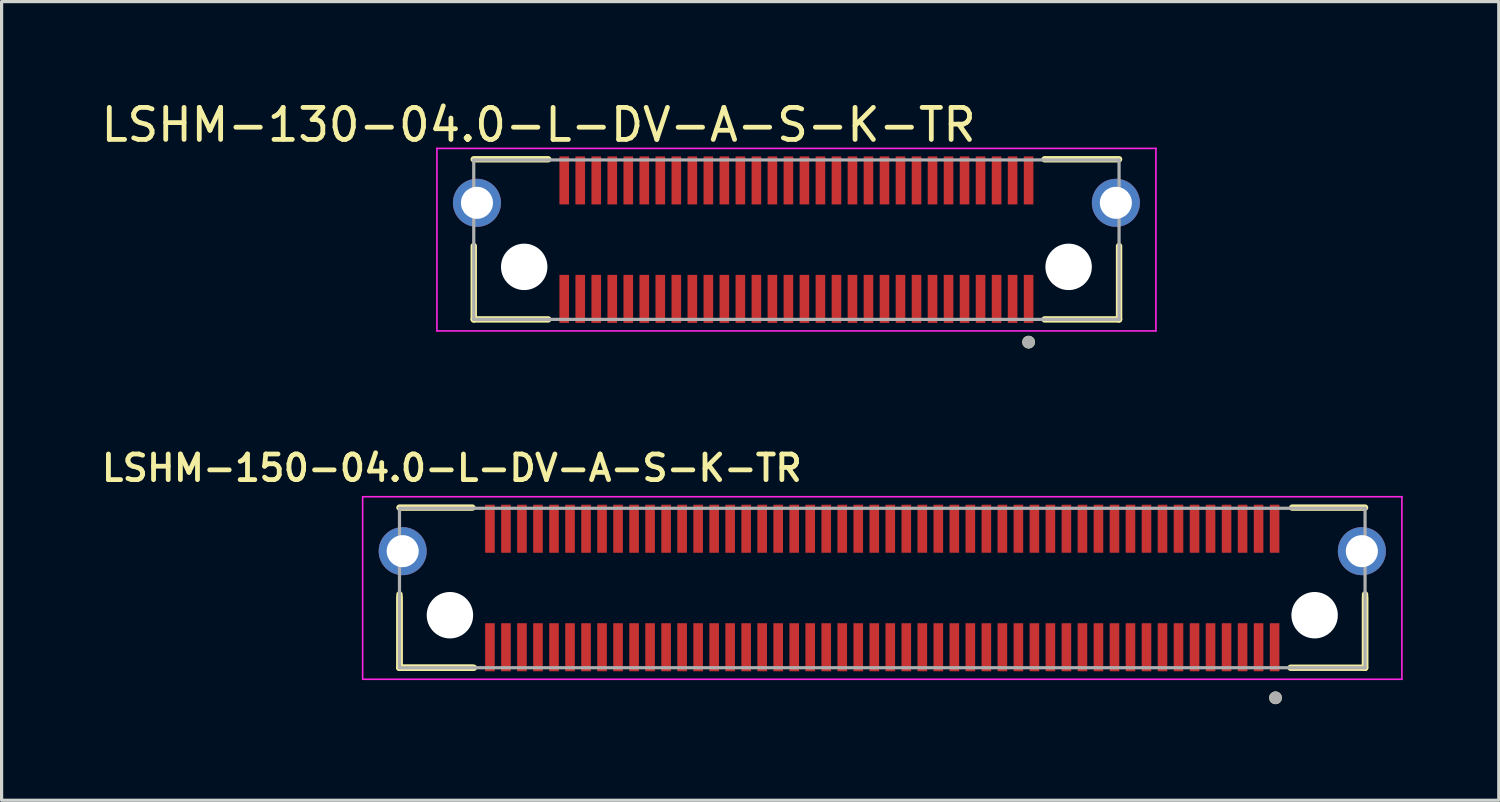
<source format=kicad_pcb>
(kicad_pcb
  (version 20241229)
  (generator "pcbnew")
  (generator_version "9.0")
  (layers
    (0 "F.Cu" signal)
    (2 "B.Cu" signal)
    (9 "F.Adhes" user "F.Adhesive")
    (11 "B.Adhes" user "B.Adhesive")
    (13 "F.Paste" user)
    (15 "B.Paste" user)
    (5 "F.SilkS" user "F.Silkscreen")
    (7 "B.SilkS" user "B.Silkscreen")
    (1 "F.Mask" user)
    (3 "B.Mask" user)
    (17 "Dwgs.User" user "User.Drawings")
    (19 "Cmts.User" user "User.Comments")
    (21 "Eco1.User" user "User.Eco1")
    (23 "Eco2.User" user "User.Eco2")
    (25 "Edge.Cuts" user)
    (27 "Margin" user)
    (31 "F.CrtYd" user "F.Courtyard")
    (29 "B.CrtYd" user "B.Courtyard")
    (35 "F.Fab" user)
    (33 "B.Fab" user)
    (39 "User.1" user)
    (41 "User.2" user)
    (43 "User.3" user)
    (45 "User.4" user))
  (footprint "LSHM-130-04.0-L-DV-A-S-K-TR"
    (layer "F.Cu")
    (at 21.818 4.433)
    (property "Reference" "LSHM-130-04.0-L-DV-A-S-K-TR" (at -8.05 -3.585 0) (layer "F.SilkS") (effects (font (size 1 1) (thickness 0.15))))
    (attr smd)
    (fp_line (start -10.075 2.49) (end -10.075 0.2) (stroke (width 0.2) (type solid)) (layer "F.SilkS"))
    (fp_line (start -10.075 2.49) (end -7.75 2.49) (stroke (width 0.2) (type solid)) (layer "F.SilkS"))
    (fp_line (start -7.75 -2.51) (end -10.075 -2.51) (stroke (width 0.2) (type solid)) (layer "F.SilkS"))
    (fp_line (start 7.75 2.49) (end 10.075 2.49) (stroke (width 0.2) (type solid)) (layer "F.SilkS"))
    (fp_line (start 10.075 -2.51) (end 7.75 -2.51) (stroke (width 0.2) (type solid)) (layer "F.SilkS"))
    (fp_line (start 10.075 2.49) (end 10.075 0.2) (stroke (width 0.2) (type solid)) (layer "F.SilkS"))
    (fp_circle (center 7.25 3.2) (end 7.35 3.2) (stroke (width 0.2) (type solid)) (fill no) (layer "F.SilkS"))
    (fp_circle (center -9.975 -1.15) (end -9.475 -1.15) (stroke (width 1) (type solid)) (fill no) (layer "F.Paste"))
    (fp_circle (center 9.975 -1.15) (end 10.475 -1.15) (stroke (width 1) (type solid)) (fill no) (layer "F.Paste"))
    (fp_line (start -11.225 -2.85) (end 11.225 -2.85) (stroke (width 0.05) (type solid)) (layer "F.CrtYd"))
    (fp_line (start -11.225 2.85) (end -11.225 -2.85) (stroke (width 0.05) (type solid)) (layer "F.CrtYd"))
    (fp_line (start 11.225 -2.85) (end 11.225 2.85) (stroke (width 0.05) (type solid)) (layer "F.CrtYd"))
    (fp_line (start 11.225 2.85) (end -11.225 2.85) (stroke (width 0.05) (type solid)) (layer "F.CrtYd"))
    (fp_line (start -10.075 -2.49) (end 10.075 -2.49) (stroke (width 0.1) (type solid)) (layer "F.Fab"))
    (fp_line (start -10.075 2.49) (end -10.075 -2.49) (stroke (width 0.1) (type solid)) (layer "F.Fab"))
    (fp_line (start 10.075 -2.49) (end 10.075 2.49) (stroke (width 0.1) (type solid)) (layer "F.Fab"))
    (fp_line (start 10.075 2.49) (end -10.075 2.49) (stroke (width 0.1) (type solid)) (layer "F.Fab"))
    (fp_circle (center 7.25 3.2) (end 7.35 3.2) (stroke (width 0.2) (type solid)) (fill no) (layer "F.Fab"))
    (pad "" np_thru_hole circle (at -8.5 0.85) (size 1.45 1.45) (drill 1.45) (layers "*.Cu" "*.Mask"))
    (pad "" np_thru_hole circle (at 8.5 0.85) (size 1.45 1.45) (drill 1.45) (layers "*.Cu" "*.Mask"))
    (pad "01" smd rect (at 7.25 1.85) (size 0.3 1.5) (layers "F.Cu" "F.Mask" "F.Paste"))
    (pad "02" smd rect (at 7.25 -1.85) (size 0.3 1.5) (layers "F.Cu" "F.Mask" "F.Paste"))
    (pad "03" smd rect (at 6.75 1.85) (size 0.3 1.5) (layers "F.Cu" "F.Mask" "F.Paste"))
    (pad "04" smd rect (at 6.75 -1.85) (size 0.3 1.5) (layers "F.Cu" "F.Mask" "F.Paste"))
    (pad "05" smd rect (at 6.25 1.85) (size 0.3 1.5) (layers "F.Cu" "F.Mask" "F.Paste"))
    (pad "06" smd rect (at 6.25 -1.85) (size 0.3 1.5) (layers "F.Cu" "F.Mask" "F.Paste"))
    (pad "07" smd rect (at 5.75 1.85) (size 0.3 1.5) (layers "F.Cu" "F.Mask" "F.Paste"))
    (pad "08" smd rect (at 5.75 -1.85) (size 0.3 1.5) (layers "F.Cu" "F.Mask" "F.Paste"))
    (pad "09" smd rect (at 5.25 1.85) (size 0.3 1.5) (layers "F.Cu" "F.Mask" "F.Paste"))
    (pad "10" smd rect (at 5.25 -1.85) (size 0.3 1.5) (layers "F.Cu" "F.Mask" "F.Paste"))
    (pad "11" smd rect (at 4.75 1.85) (size 0.3 1.5) (layers "F.Cu" "F.Mask" "F.Paste"))
    (pad "12" smd rect (at 4.75 -1.85) (size 0.3 1.5) (layers "F.Cu" "F.Mask" "F.Paste"))
    (pad "13" smd rect (at 4.25 1.85) (size 0.3 1.5) (layers "F.Cu" "F.Mask" "F.Paste"))
    (pad "14" smd rect (at 4.25 -1.85) (size 0.3 1.5) (layers "F.Cu" "F.Mask" "F.Paste"))
    (pad "15" smd rect (at 3.75 1.85) (size 0.3 1.5) (layers "F.Cu" "F.Mask" "F.Paste"))
    (pad "16" smd rect (at 3.75 -1.85) (size 0.3 1.5) (layers "F.Cu" "F.Mask" "F.Paste"))
    (pad "17" smd rect (at 3.25 1.85) (size 0.3 1.5) (layers "F.Cu" "F.Mask" "F.Paste"))
    (pad "18" smd rect (at 3.25 -1.85) (size 0.3 1.5) (layers "F.Cu" "F.Mask" "F.Paste"))
    (pad "19" smd rect (at 2.75 1.85) (size 0.3 1.5) (layers "F.Cu" "F.Mask" "F.Paste"))
    (pad "20" smd rect (at 2.75 -1.85) (size 0.3 1.5) (layers "F.Cu" "F.Mask" "F.Paste"))
    (pad "21" smd rect (at 2.25 1.85) (size 0.3 1.5) (layers "F.Cu" "F.Mask" "F.Paste"))
    (pad "22" smd rect (at 2.25 -1.85) (size 0.3 1.5) (layers "F.Cu" "F.Mask" "F.Paste"))
    (pad "23" smd rect (at 1.75 1.85) (size 0.3 1.5) (layers "F.Cu" "F.Mask" "F.Paste"))
    (pad "24" smd rect (at 1.75 -1.85) (size 0.3 1.5) (layers "F.Cu" "F.Mask" "F.Paste"))
    (pad "25" smd rect (at 1.25 1.85) (size 0.3 1.5) (layers "F.Cu" "F.Mask" "F.Paste"))
    (pad "26" smd rect (at 1.25 -1.85) (size 0.3 1.5) (layers "F.Cu" "F.Mask" "F.Paste"))
    (pad "27" smd rect (at 0.75 1.85) (size 0.3 1.5) (layers "F.Cu" "F.Mask" "F.Paste"))
    (pad "28" smd rect (at 0.75 -1.85) (size 0.3 1.5) (layers "F.Cu" "F.Mask" "F.Paste"))
    (pad "29" smd rect (at 0.25 1.85) (size 0.3 1.5) (layers "F.Cu" "F.Mask" "F.Paste"))
    (pad "30" smd rect (at 0.25 -1.85) (size 0.3 1.5) (layers "F.Cu" "F.Mask" "F.Paste"))
    (pad "31" smd rect (at -0.25 1.85) (size 0.3 1.5) (layers "F.Cu" "F.Mask" "F.Paste"))
    (pad "32" smd rect (at -0.25 -1.85) (size 0.3 1.5) (layers "F.Cu" "F.Mask" "F.Paste"))
    (pad "33" smd rect (at -0.75 1.85) (size 0.3 1.5) (layers "F.Cu" "F.Mask" "F.Paste"))
    (pad "34" smd rect (at -0.75 -1.85) (size 0.3 1.5) (layers "F.Cu" "F.Mask" "F.Paste"))
    (pad "35" smd rect (at -1.25 1.85) (size 0.3 1.5) (layers "F.Cu" "F.Mask" "F.Paste"))
    (pad "36" smd rect (at -1.25 -1.85) (size 0.3 1.5) (layers "F.Cu" "F.Mask" "F.Paste"))
    (pad "37" smd rect (at -1.75 1.85) (size 0.3 1.5) (layers "F.Cu" "F.Mask" "F.Paste"))
    (pad "38" smd rect (at -1.75 -1.85) (size 0.3 1.5) (layers "F.Cu" "F.Mask" "F.Paste"))
    (pad "39" smd rect (at -2.25 1.85) (size 0.3 1.5) (layers "F.Cu" "F.Mask" "F.Paste"))
    (pad "40" smd rect (at -2.25 -1.85) (size 0.3 1.5) (layers "F.Cu" "F.Mask" "F.Paste"))
    (pad "41" smd rect (at -2.75 1.85) (size 0.3 1.5) (layers "F.Cu" "F.Mask" "F.Paste"))
    (pad "42" smd rect (at -2.75 -1.85) (size 0.3 1.5) (layers "F.Cu" "F.Mask" "F.Paste"))
    (pad "43" smd rect (at -3.25 1.85) (size 0.3 1.5) (layers "F.Cu" "F.Mask" "F.Paste"))
    (pad "44" smd rect (at -3.25 -1.85) (size 0.3 1.5) (layers "F.Cu" "F.Mask" "F.Paste"))
    (pad "45" smd rect (at -3.75 1.85) (size 0.3 1.5) (layers "F.Cu" "F.Mask" "F.Paste"))
    (pad "46" smd rect (at -3.75 -1.85) (size 0.3 1.5) (layers "F.Cu" "F.Mask" "F.Paste"))
    (pad "47" smd rect (at -4.25 1.85) (size 0.3 1.5) (layers "F.Cu" "F.Mask" "F.Paste"))
    (pad "48" smd rect (at -4.25 -1.85) (size 0.3 1.5) (layers "F.Cu" "F.Mask" "F.Paste"))
    (pad "49" smd rect (at -4.75 1.85) (size 0.3 1.5) (layers "F.Cu" "F.Mask" "F.Paste"))
    (pad "50" smd rect (at -4.75 -1.85) (size 0.3 1.5) (layers "F.Cu" "F.Mask" "F.Paste"))
    (pad "51" smd rect (at -5.25 1.85) (size 0.3 1.5) (layers "F.Cu" "F.Mask" "F.Paste"))
    (pad "52" smd rect (at -5.25 -1.85) (size 0.3 1.5) (layers "F.Cu" "F.Mask" "F.Paste"))
    (pad "53" smd rect (at -5.75 1.85) (size 0.3 1.5) (layers "F.Cu" "F.Mask" "F.Paste"))
    (pad "54" smd rect (at -5.75 -1.85) (size 0.3 1.5) (layers "F.Cu" "F.Mask" "F.Paste"))
    (pad "55" smd rect (at -6.25 1.85) (size 0.3 1.5) (layers "F.Cu" "F.Mask" "F.Paste"))
    (pad "56" smd rect (at -6.25 -1.85) (size 0.3 1.5) (layers "F.Cu" "F.Mask" "F.Paste"))
    (pad "57" smd rect (at -6.75 1.85) (size 0.3 1.5) (layers "F.Cu" "F.Mask" "F.Paste"))
    (pad "58" smd rect (at -6.75 -1.85) (size 0.3 1.5) (layers "F.Cu" "F.Mask" "F.Paste"))
    (pad "59" smd rect (at -7.25 1.85) (size 0.3 1.5) (layers "F.Cu" "F.Mask" "F.Paste"))
    (pad "60" smd rect (at -7.25 -1.85) (size 0.3 1.5) (layers "F.Cu" "F.Mask" "F.Paste"))
    (pad "S1" thru_hole circle (at -9.975 -1.15) (size 1.5 1.5) (drill 1) (layers "*.Cu" "*.Mask"))
    (pad "S2" thru_hole circle (at 9.975 -1.15) (size 1.5 1.5) (drill 1) (layers "*.Cu" "*.Mask")))
  (footprint "LSHM-150-04.0-L-DV-A-S-K-TR"
    (layer "F.Cu")
    (at 24.499 15.31)
    (property "Reference" "LSHM-150-04.0-L-DV-A-S-K-TR" (at -13.44 -3.746 0) (layer "F.SilkS") (effects (font (size 0.8 0.8) (thickness 0.15))))
    (attr smd)
    (fp_line (start -15.075 0.3) (end -15.075 2.49) (stroke (width 0.2) (type solid)) (layer "F.SilkS"))
    (fp_line (start -15.075 2.49) (end -15.075 0.2) (stroke (width 0.2) (type solid)) (layer "F.SilkS"))
    (fp_line (start -15.075 2.49) (end -12.8 2.49) (stroke (width 0.2) (type solid)) (layer "F.SilkS"))
    (fp_line (start -15.075 2.49) (end -12.75 2.49) (stroke (width 0.2) (type solid)) (layer "F.SilkS"))
    (fp_line (start -12.8 -2.51) (end -15.075 -2.51) (stroke (width 0.2) (type solid)) (layer "F.SilkS"))
    (fp_line (start 12.75 2.49) (end 15.075 2.49) (stroke (width 0.2) (type solid)) (layer "F.SilkS"))
    (fp_line (start 12.8 -2.51) (end 15.075 -2.51) (stroke (width 0.2) (type solid)) (layer "F.SilkS"))
    (fp_line (start 15.075 0.3) (end 15.075 2.49) (stroke (width 0.2) (type solid)) (layer "F.SilkS"))
    (fp_line (start 15.075 2.49) (end 15.075 0.2) (stroke (width 0.2) (type solid)) (layer "F.SilkS"))
    (fp_circle (center 12.279 3.429) (end 12.379 3.429) (stroke (width 0.2) (type solid)) (fill no) (layer "F.SilkS"))
    (fp_circle (center -14.975 -1.15) (end -14.475 -1.15) (stroke (width 1) (type solid)) (fill no) (layer "F.Paste"))
    (fp_circle (center 14.975 -1.15) (end 15.475 -1.15) (stroke (width 1) (type solid)) (fill no) (layer "F.Paste"))
    (fp_line (start -16.225 -2.85) (end -16.225 2.85) (stroke (width 0.05) (type solid)) (layer "F.CrtYd"))
    (fp_line (start -16.225 2.85) (end 16.225 2.85) (stroke (width 0.05) (type solid)) (layer "F.CrtYd"))
    (fp_line (start 16.225 -2.85) (end -16.225 -2.85) (stroke (width 0.05) (type solid)) (layer "F.CrtYd"))
    (fp_line (start 16.225 2.85) (end 16.225 -2.85) (stroke (width 0.05) (type solid)) (layer "F.CrtYd"))
    (fp_line (start -15.075 -2.49) (end -15.075 2.49) (stroke (width 0.1) (type solid)) (layer "F.Fab"))
    (fp_line (start -15.075 2.49) (end 15.075 2.49) (stroke (width 0.1) (type solid)) (layer "F.Fab"))
    (fp_line (start 15.075 -2.49) (end -15.075 -2.49) (stroke (width 0.1) (type solid)) (layer "F.Fab"))
    (fp_line (start 15.075 2.49) (end 15.075 -2.49) (stroke (width 0.1) (type solid)) (layer "F.Fab"))
    (fp_circle (center 12.279 3.429) (end 12.379 3.429) (stroke (width 0.2) (type solid)) (fill no) (layer "F.Fab"))
    (pad "" np_thru_hole circle (at -13.5 0.85) (size 1.45 1.45) (drill 1.45) (layers "*.Cu" "*.Mask"))
    (pad "" np_thru_hole circle (at 13.5 0.85) (size 1.45 1.45) (drill 1.45) (layers "*.Cu" "*.Mask"))
    (pad "1" smd rect (at 12.25 1.85) (size 0.3 1.5) (layers "F.Cu" "F.Mask" "F.Paste"))
    (pad "2" smd rect (at 12.25 -1.85) (size 0.3 1.5) (layers "F.Cu" "F.Mask" "F.Paste"))
    (pad "3" smd rect (at 11.75 1.85) (size 0.3 1.5) (layers "F.Cu" "F.Mask" "F.Paste"))
    (pad "4" smd rect (at 11.75 -1.85) (size 0.3 1.5) (layers "F.Cu" "F.Mask" "F.Paste"))
    (pad "5" smd rect (at 11.25 1.85) (size 0.3 1.5) (layers "F.Cu" "F.Mask" "F.Paste"))
    (pad "6" smd rect (at 11.25 -1.85) (size 0.3 1.5) (layers "F.Cu" "F.Mask" "F.Paste"))
    (pad "7" smd rect (at 10.75 1.85) (size 0.3 1.5) (layers "F.Cu" "F.Mask" "F.Paste"))
    (pad "8" smd rect (at 10.75 -1.85) (size 0.3 1.5) (layers "F.Cu" "F.Mask" "F.Paste"))
    (pad "9" smd rect (at 10.25 1.85) (size 0.3 1.5) (layers "F.Cu" "F.Mask" "F.Paste"))
    (pad "10" smd rect (at 10.25 -1.85) (size 0.3 1.5) (layers "F.Cu" "F.Mask" "F.Paste"))
    (pad "11" smd rect (at 9.75 1.85) (size 0.3 1.5) (layers "F.Cu" "F.Mask" "F.Paste"))
    (pad "12" smd rect (at 9.75 -1.85) (size 0.3 1.5) (layers "F.Cu" "F.Mask" "F.Paste"))
    (pad "13" smd rect (at 9.25 1.85) (size 0.3 1.5) (layers "F.Cu" "F.Mask" "F.Paste"))
    (pad "14" smd rect (at 9.25 -1.85) (size 0.3 1.5) (layers "F.Cu" "F.Mask" "F.Paste"))
    (pad "15" smd rect (at 8.75 1.85) (size 0.3 1.5) (layers "F.Cu" "F.Mask" "F.Paste"))
    (pad "16" smd rect (at 8.75 -1.85) (size 0.3 1.5) (layers "F.Cu" "F.Mask" "F.Paste"))
    (pad "17" smd rect (at 8.25 1.85) (size 0.3 1.5) (layers "F.Cu" "F.Mask" "F.Paste"))
    (pad "18" smd rect (at 8.25 -1.85) (size 0.3 1.5) (layers "F.Cu" "F.Mask" "F.Paste"))
    (pad "19" smd rect (at 7.75 1.85) (size 0.3 1.5) (layers "F.Cu" "F.Mask" "F.Paste"))
    (pad "20" smd rect (at 7.75 -1.85) (size 0.3 1.5) (layers "F.Cu" "F.Mask" "F.Paste"))
    (pad "21" smd rect (at 7.25 1.85) (size 0.3 1.5) (layers "F.Cu" "F.Mask" "F.Paste"))
    (pad "22" smd rect (at 7.25 -1.85) (size 0.3 1.5) (layers "F.Cu" "F.Mask" "F.Paste"))
    (pad "23" smd rect (at 6.75 1.85) (size 0.3 1.5) (layers "F.Cu" "F.Mask" "F.Paste"))
    (pad "24" smd rect (at 6.75 -1.85) (size 0.3 1.5) (layers "F.Cu" "F.Mask" "F.Paste"))
    (pad "25" smd rect (at 6.25 1.85) (size 0.3 1.5) (layers "F.Cu" "F.Mask" "F.Paste"))
    (pad "26" smd rect (at 6.25 -1.85) (size 0.3 1.5) (layers "F.Cu" "F.Mask" "F.Paste"))
    (pad "27" smd rect (at 5.75 1.85) (size 0.3 1.5) (layers "F.Cu" "F.Mask" "F.Paste"))
    (pad "28" smd rect (at 5.75 -1.85) (size 0.3 1.5) (layers "F.Cu" "F.Mask" "F.Paste"))
    (pad "29" smd rect (at 5.25 1.85) (size 0.3 1.5) (layers "F.Cu" "F.Mask" "F.Paste"))
    (pad "30" smd rect (at 5.25 -1.85) (size 0.3 1.5) (layers "F.Cu" "F.Mask" "F.Paste"))
    (pad "31" smd rect (at 4.75 1.85) (size 0.3 1.5) (layers "F.Cu" "F.Mask" "F.Paste"))
    (pad "32" smd rect (at 4.75 -1.85) (size 0.3 1.5) (layers "F.Cu" "F.Mask" "F.Paste"))
    (pad "33" smd rect (at 4.25 1.85) (size 0.3 1.5) (layers "F.Cu" "F.Mask" "F.Paste"))
    (pad "34" smd rect (at 4.25 -1.85) (size 0.3 1.5) (layers "F.Cu" "F.Mask" "F.Paste"))
    (pad "35" smd rect (at 3.75 1.85) (size 0.3 1.5) (layers "F.Cu" "F.Mask" "F.Paste"))
    (pad "36" smd rect (at 3.75 -1.85) (size 0.3 1.5) (layers "F.Cu" "F.Mask" "F.Paste"))
    (pad "37" smd rect (at 3.25 1.85) (size 0.3 1.5) (layers "F.Cu" "F.Mask" "F.Paste"))
    (pad "38" smd rect (at 3.25 -1.85) (size 0.3 1.5) (layers "F.Cu" "F.Mask" "F.Paste"))
    (pad "39" smd rect (at 2.75 1.85) (size 0.3 1.5) (layers "F.Cu" "F.Mask" "F.Paste"))
    (pad "40" smd rect (at 2.75 -1.85) (size 0.3 1.5) (layers "F.Cu" "F.Mask" "F.Paste"))
    (pad "41" smd rect (at 2.25 1.85) (size 0.3 1.5) (layers "F.Cu" "F.Mask" "F.Paste"))
    (pad "42" smd rect (at 2.25 -1.85) (size 0.3 1.5) (layers "F.Cu" "F.Mask" "F.Paste"))
    (pad "43" smd rect (at 1.75 1.85) (size 0.3 1.5) (layers "F.Cu" "F.Mask" "F.Paste"))
    (pad "44" smd rect (at 1.75 -1.85) (size 0.3 1.5) (layers "F.Cu" "F.Mask" "F.Paste"))
    (pad "45" smd rect (at 1.25 1.85) (size 0.3 1.5) (layers "F.Cu" "F.Mask" "F.Paste"))
    (pad "46" smd rect (at 1.25 -1.85) (size 0.3 1.5) (layers "F.Cu" "F.Mask" "F.Paste"))
    (pad "47" smd rect (at 0.75 1.85) (size 0.3 1.5) (layers "F.Cu" "F.Mask" "F.Paste"))
    (pad "48" smd rect (at 0.75 -1.85) (size 0.3 1.5) (layers "F.Cu" "F.Mask" "F.Paste"))
    (pad "49" smd rect (at 0.25 1.85) (size 0.3 1.5) (layers "F.Cu" "F.Mask" "F.Paste"))
    (pad "50" smd rect (at 0.25 -1.85) (size 0.3 1.5) (layers "F.Cu" "F.Mask" "F.Paste"))
    (pad "51" smd rect (at -0.25 1.85) (size 0.3 1.5) (layers "F.Cu" "F.Mask" "F.Paste"))
    (pad "52" smd rect (at -0.25 -1.85) (size 0.3 1.5) (layers "F.Cu" "F.Mask" "F.Paste"))
    (pad "53" smd rect (at -0.75 1.85) (size 0.3 1.5) (layers "F.Cu" "F.Mask" "F.Paste"))
    (pad "54" smd rect (at -0.75 -1.85) (size 0.3 1.5) (layers "F.Cu" "F.Mask" "F.Paste"))
    (pad "55" smd rect (at -1.25 1.85) (size 0.3 1.5) (layers "F.Cu" "F.Mask" "F.Paste"))
    (pad "56" smd rect (at -1.25 -1.85) (size 0.3 1.5) (layers "F.Cu" "F.Mask" "F.Paste"))
    (pad "57" smd rect (at -1.75 1.85) (size 0.3 1.5) (layers "F.Cu" "F.Mask" "F.Paste"))
    (pad "58" smd rect (at -1.75 -1.85) (size 0.3 1.5) (layers "F.Cu" "F.Mask" "F.Paste"))
    (pad "59" smd rect (at -2.25 1.85) (size 0.3 1.5) (layers "F.Cu" "F.Mask" "F.Paste"))
    (pad "60" smd rect (at -2.25 -1.85) (size 0.3 1.5) (layers "F.Cu" "F.Mask" "F.Paste"))
    (pad "61" smd rect (at -2.75 1.85) (size 0.3 1.5) (layers "F.Cu" "F.Mask" "F.Paste"))
    (pad "62" smd rect (at -2.75 -1.85) (size 0.3 1.5) (layers "F.Cu" "F.Mask" "F.Paste"))
    (pad "63" smd rect (at -3.25 1.85) (size 0.3 1.5) (layers "F.Cu" "F.Mask" "F.Paste"))
    (pad "64" smd rect (at -3.25 -1.85) (size 0.3 1.5) (layers "F.Cu" "F.Mask" "F.Paste"))
    (pad "65" smd rect (at -3.75 1.85) (size 0.3 1.5) (layers "F.Cu" "F.Mask" "F.Paste"))
    (pad "66" smd rect (at -3.75 -1.85) (size 0.3 1.5) (layers "F.Cu" "F.Mask" "F.Paste"))
    (pad "67" smd rect (at -4.25 1.85) (size 0.3 1.5) (layers "F.Cu" "F.Mask" "F.Paste"))
    (pad "68" smd rect (at -4.25 -1.85) (size 0.3 1.5) (layers "F.Cu" "F.Mask" "F.Paste"))
    (pad "69" smd rect (at -4.75 1.85) (size 0.3 1.5) (layers "F.Cu" "F.Mask" "F.Paste"))
    (pad "70" smd rect (at -4.75 -1.85) (size 0.3 1.5) (layers "F.Cu" "F.Mask" "F.Paste"))
    (pad "71" smd rect (at -5.25 1.85) (size 0.3 1.5) (layers "F.Cu" "F.Mask" "F.Paste"))
    (pad "72" smd rect (at -5.25 -1.85) (size 0.3 1.5) (layers "F.Cu" "F.Mask" "F.Paste"))
    (pad "73" smd rect (at -5.75 1.85) (size 0.3 1.5) (layers "F.Cu" "F.Mask" "F.Paste"))
    (pad "74" smd rect (at -5.75 -1.85) (size 0.3 1.5) (layers "F.Cu" "F.Mask" "F.Paste"))
    (pad "75" smd rect (at -6.25 1.85) (size 0.3 1.5) (layers "F.Cu" "F.Mask" "F.Paste"))
    (pad "76" smd rect (at -6.25 -1.85) (size 0.3 1.5) (layers "F.Cu" "F.Mask" "F.Paste"))
    (pad "77" smd rect (at -6.75 1.85) (size 0.3 1.5) (layers "F.Cu" "F.Mask" "F.Paste"))
    (pad "78" smd rect (at -6.75 -1.85) (size 0.3 1.5) (layers "F.Cu" "F.Mask" "F.Paste"))
    (pad "79" smd rect (at -7.25 1.85) (size 0.3 1.5) (layers "F.Cu" "F.Mask" "F.Paste"))
    (pad "80" smd rect (at -7.25 -1.85) (size 0.3 1.5) (layers "F.Cu" "F.Mask" "F.Paste"))
    (pad "81" smd rect (at -7.75 1.85) (size 0.3 1.5) (layers "F.Cu" "F.Mask" "F.Paste"))
    (pad "82" smd rect (at -7.75 -1.85) (size 0.3 1.5) (layers "F.Cu" "F.Mask" "F.Paste"))
    (pad "83" smd rect (at -8.25 1.85) (size 0.3 1.5) (layers "F.Cu" "F.Mask" "F.Paste"))
    (pad "84" smd rect (at -8.25 -1.85) (size 0.3 1.5) (layers "F.Cu" "F.Mask" "F.Paste"))
    (pad "85" smd rect (at -8.75 1.85) (size 0.3 1.5) (layers "F.Cu" "F.Mask" "F.Paste"))
    (pad "86" smd rect (at -8.75 -1.85) (size 0.3 1.5) (layers "F.Cu" "F.Mask" "F.Paste"))
    (pad "87" smd rect (at -9.25 1.85) (size 0.3 1.5) (layers "F.Cu" "F.Mask" "F.Paste"))
    (pad "88" smd rect (at -9.25 -1.85) (size 0.3 1.5) (layers "F.Cu" "F.Mask" "F.Paste"))
    (pad "89" smd rect (at -9.75 1.85) (size 0.3 1.5) (layers "F.Cu" "F.Mask" "F.Paste"))
    (pad "90" smd rect (at -9.75 -1.85) (size 0.3 1.5) (layers "F.Cu" "F.Mask" "F.Paste"))
    (pad "91" smd rect (at -10.25 1.85) (size 0.3 1.5) (layers "F.Cu" "F.Mask" "F.Paste"))
    (pad "92" smd rect (at -10.25 -1.85) (size 0.3 1.5) (layers "F.Cu" "F.Mask" "F.Paste"))
    (pad "93" smd rect (at -10.75 1.85) (size 0.3 1.5) (layers "F.Cu" "F.Mask" "F.Paste"))
    (pad "94" smd rect (at -10.75 -1.85) (size 0.3 1.5) (layers "F.Cu" "F.Mask" "F.Paste"))
    (pad "95" smd rect (at -11.25 1.85) (size 0.3 1.5) (layers "F.Cu" "F.Mask" "F.Paste"))
    (pad "96" smd rect (at -11.25 -1.85) (size 0.3 1.5) (layers "F.Cu" "F.Mask" "F.Paste"))
    (pad "97" smd rect (at -11.75 1.85) (size 0.3 1.5) (layers "F.Cu" "F.Mask" "F.Paste"))
    (pad "98" smd rect (at -11.75 -1.85) (size 0.3 1.5) (layers "F.Cu" "F.Mask" "F.Paste"))
    (pad "99" smd rect (at -12.25 1.85) (size 0.3 1.5) (layers "F.Cu" "F.Mask" "F.Paste"))
    (pad "100" smd rect (at -12.25 -1.85) (size 0.3 1.5) (layers "F.Cu" "F.Mask" "F.Paste"))
    (pad "S1" thru_hole circle (at -14.975 -1.15) (size 1.5 1.5) (drill 1) (layers "*.Cu" "*.Mask"))
    (pad "S2" thru_hole circle (at 14.975 -1.15) (size 1.5 1.5) (drill 1) (layers "*.Cu" "*.Mask")))
  (gr_rect
    (start -3 -3)
    (end 43.749 21.939)
    (stroke (width 0.1) (type default))
    (fill no)
    (layer "Edge.Cuts")))
</source>
